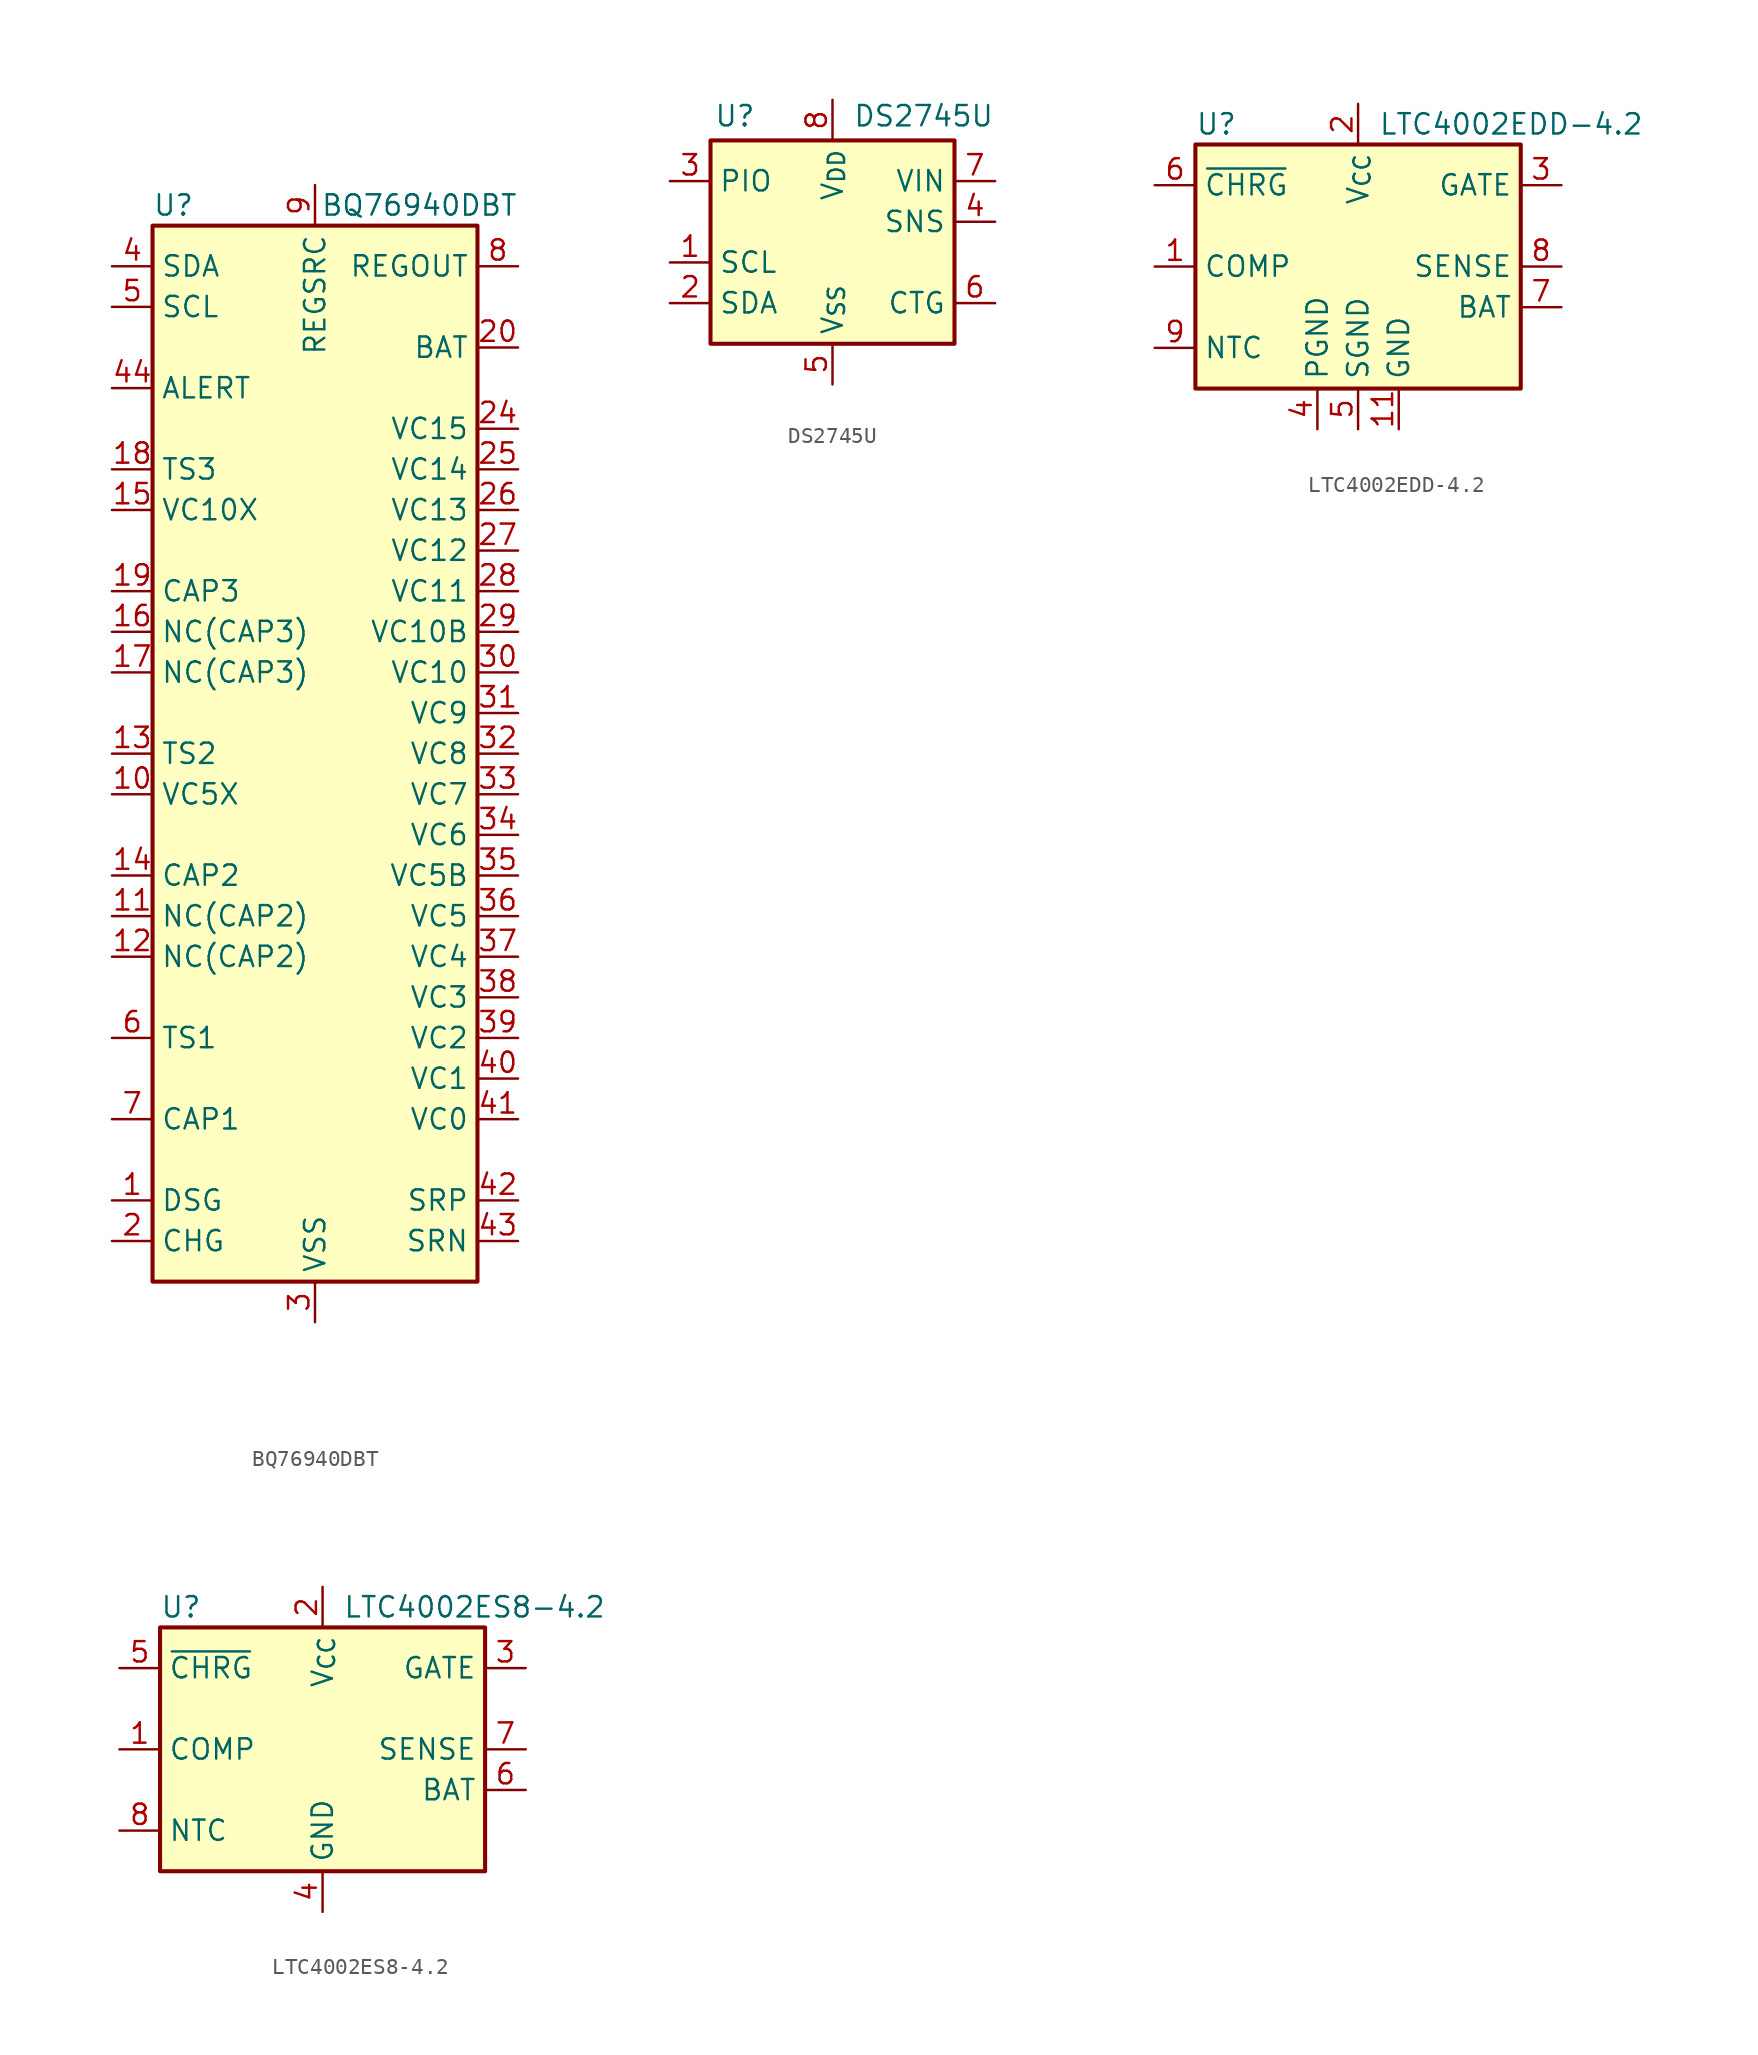
<source format=kicad_sym>
(kicad_symbol_lib
  (version 20220914)
  (generator kicad_symbol_editor)
  (symbol "BQ76940DBT"
    (property "Reference" "U"
      (at -10.16 34.29 0)
      (effects (font (size 1.27 1.27)) (justify left)))
    (property "Value" "BQ76940DBT"
      (at 12.7 34.29 0)
      (effects (font (size 1.27 1.27)) (justify right)))
    (symbol "BQ76940DBT_0_1"
      (rectangle (start -10.16 33.02) (end 10.16 -33.02) (stroke (width 0.254) (type default)) (fill (type background))))
    (symbol "BQ76940DBT_1_0"
      (pin passive line (at -12.7 -2.54 0) (length 2.54) (name "VC5X" (effects (font (size 1.27 1.27)))) (number "10" (effects (font (size 1.27 1.27)))))
      (pin passive line (at -12.7 -10.16 0) (length 2.54) (name "NC(CAP2)" (effects (font (size 1.27 1.27)))) (number "11" (effects (font (size 1.27 1.27)))))
      (pin passive line (at -12.7 -12.7 0) (length 2.54) (name "NC(CAP2)" (effects (font (size 1.27 1.27)))) (number "12" (effects (font (size 1.27 1.27)))))
      (pin passive line (at -12.7 0 0) (length 2.54) (name "TS2" (effects (font (size 1.27 1.27)))) (number "13" (effects (font (size 1.27 1.27)))))
      (pin passive line (at -12.7 -7.62 0) (length 2.54) (name "CAP2" (effects (font (size 1.27 1.27)))) (number "14" (effects (font (size 1.27 1.27)))))
      (pin passive line (at -12.7 15.24 0) (length 2.54) (name "VC10X" (effects (font (size 1.27 1.27)))) (number "15" (effects (font (size 1.27 1.27)))))
      (pin passive line (at -12.7 7.62 0) (length 2.54) (name "NC(CAP3)" (effects (font (size 1.27 1.27)))) (number "16" (effects (font (size 1.27 1.27)))))
      (pin passive line (at -12.7 5.08 0) (length 2.54) (name "NC(CAP3)" (effects (font (size 1.27 1.27)))) (number "17" (effects (font (size 1.27 1.27)))))
      (pin passive line (at -12.7 17.78 0) (length 2.54) (name "TS3" (effects (font (size 1.27 1.27)))) (number "18" (effects (font (size 1.27 1.27)))))
      (pin passive line (at -12.7 10.16 0) (length 2.54) (name "CAP3" (effects (font (size 1.27 1.27)))) (number "19" (effects (font (size 1.27 1.27)))))
      (pin input line (at 12.7 25.4 180) (length 2.54) (name "BAT" (effects (font (size 1.27 1.27)))) (number "20" (effects (font (size 1.27 1.27)))))
      (pin no_connect line (at -5.08 -33.02 90) (length 2.54) hide (name "NC" (effects (font (size 1.27 1.27)))) (number "21" (effects (font (size 1.27 1.27)))))
      (pin no_connect line (at -2.54 -33.02 90) (length 2.54) hide (name "NC" (effects (font (size 1.27 1.27)))) (number "22" (effects (font (size 1.27 1.27)))))
      (pin no_connect line (at 2.54 -33.02 90) (length 2.54) hide (name "NC" (effects (font (size 1.27 1.27)))) (number "23" (effects (font (size 1.27 1.27)))))
      (pin input line (at 12.7 20.32 180) (length 2.54) (name "VC15" (effects (font (size 1.27 1.27)))) (number "24" (effects (font (size 1.27 1.27)))))
      (pin input line (at 12.7 17.78 180) (length 2.54) (name "VC14" (effects (font (size 1.27 1.27)))) (number "25" (effects (font (size 1.27 1.27)))))
      (pin input line (at 12.7 15.24 180) (length 2.54) (name "VC13" (effects (font (size 1.27 1.27)))) (number "26" (effects (font (size 1.27 1.27)))))
      (pin input line (at 12.7 12.7 180) (length 2.54) (name "VC12" (effects (font (size 1.27 1.27)))) (number "27" (effects (font (size 1.27 1.27)))))
      (pin input line (at 12.7 10.16 180) (length 2.54) (name "VC11" (effects (font (size 1.27 1.27)))) (number "28" (effects (font (size 1.27 1.27)))))
      (pin input line (at 12.7 7.62 180) (length 2.54) (name "VC10B" (effects (font (size 1.27 1.27)))) (number "29" (effects (font (size 1.27 1.27)))))
      (pin input line (at 12.7 5.08 180) (length 2.54) (name "VC10" (effects (font (size 1.27 1.27)))) (number "30" (effects (font (size 1.27 1.27)))))
      (pin input line (at 12.7 2.54 180) (length 2.54) (name "VC9" (effects (font (size 1.27 1.27)))) (number "31" (effects (font (size 1.27 1.27)))))
      (pin input line (at 12.7 0 180) (length 2.54) (name "VC8" (effects (font (size 1.27 1.27)))) (number "32" (effects (font (size 1.27 1.27)))))
      (pin input line (at 12.7 -2.54 180) (length 2.54) (name "VC7" (effects (font (size 1.27 1.27)))) (number "33" (effects (font (size 1.27 1.27)))))
      (pin input line (at 12.7 -5.08 180) (length 2.54) (name "VC6" (effects (font (size 1.27 1.27)))) (number "34" (effects (font (size 1.27 1.27)))))
      (pin input line (at 12.7 -7.62 180) (length 2.54) (name "VC5B" (effects (font (size 1.27 1.27)))) (number "35" (effects (font (size 1.27 1.27)))))
      (pin input line (at 12.7 -10.16 180) (length 2.54) (name "VC5" (effects (font (size 1.27 1.27)))) (number "36" (effects (font (size 1.27 1.27)))))
      (pin input line (at 12.7 -12.7 180) (length 2.54) (name "VC4" (effects (font (size 1.27 1.27)))) (number "37" (effects (font (size 1.27 1.27)))))
      (pin input line (at 12.7 -15.24 180) (length 2.54) (name "VC3" (effects (font (size 1.27 1.27)))) (number "38" (effects (font (size 1.27 1.27)))))
      (pin input line (at 12.7 -17.78 180) (length 2.54) (name "VC2" (effects (font (size 1.27 1.27)))) (number "39" (effects (font (size 1.27 1.27)))))
      (pin input line (at 12.7 -20.32 180) (length 2.54) (name "VC1" (effects (font (size 1.27 1.27)))) (number "40" (effects (font (size 1.27 1.27)))))
      (pin input line (at 12.7 -22.86 180) (length 2.54) (name "VC0" (effects (font (size 1.27 1.27)))) (number "41" (effects (font (size 1.27 1.27)))))
      (pin input line (at 12.7 -27.94 180) (length 2.54) (name "SRP" (effects (font (size 1.27 1.27)))) (number "42" (effects (font (size 1.27 1.27)))))
      (pin input line (at 12.7 -30.48 180) (length 2.54) (name "SRN" (effects (font (size 1.27 1.27)))) (number "43" (effects (font (size 1.27 1.27)))))
      (pin bidirectional line (at -12.7 22.86 0) (length 2.54) (name "ALERT" (effects (font (size 1.27 1.27)))) (number "44" (effects (font (size 1.27 1.27)))))
      (pin passive line (at -12.7 -17.78 0) (length 2.54) (name "TS1" (effects (font (size 1.27 1.27)))) (number "6" (effects (font (size 1.27 1.27)))))
      (pin passive line (at -12.7 -22.86 0) (length 2.54) (name "CAP1" (effects (font (size 1.27 1.27)))) (number "7" (effects (font (size 1.27 1.27)))))
      (pin power_out line (at 12.7 30.48 180) (length 2.54) (name "REGOUT" (effects (font (size 1.27 1.27)))) (number "8" (effects (font (size 1.27 1.27)))))
      (pin power_in line (at 0 35.56 270) (length 2.54) (name "REGSRC" (effects (font (size 1.27 1.27)))) (number "9" (effects (font (size 1.27 1.27))))))
    (symbol "BQ76940DBT_1_1"
      (pin output line (at -12.7 -27.94 0) (length 2.54) (name "DSG" (effects (font (size 1.27 1.27)))) (number "1" (effects (font (size 1.27 1.27)))))
      (pin output line (at -12.7 -30.48 0) (length 2.54) (name "CHG" (effects (font (size 1.27 1.27)))) (number "2" (effects (font (size 1.27 1.27)))))
      (pin power_in line (at 0 -35.56 90) (length 2.54) (name "VSS" (effects (font (size 1.27 1.27)))) (number "3" (effects (font (size 1.27 1.27)))))
      (pin bidirectional line (at -12.7 30.48 0) (length 2.54) (name "SDA" (effects (font (size 1.27 1.27)))) (number "4" (effects (font (size 1.27 1.27)))))
      (pin input line (at -12.7 27.94 0) (length 2.54) (name "SCL" (effects (font (size 1.27 1.27)))) (number "5" (effects (font (size 1.27 1.27)))))))
  (symbol "DS2745U"
    (property "Reference" "U"
      (at -6.096 6.604 0)
      (effects (font (size 1.27 1.27))))
    (property "Value" "DS2745U"
      (at 1.27 6.604 0)
      (effects (font (size 1.27 1.27)) (justify left)))
    (symbol "DS2745U_0_1"
      (rectangle (start -7.62 5.08) (end 7.62 -7.62) (stroke (width 0.254) (type default)) (fill (type background))))
    (symbol "DS2745U_1_1"
      (pin input line (at -10.16 -2.54 0) (length 2.54) (name "SCL" (effects (font (size 1.27 1.27)))) (number "1" (effects (font (size 1.27 1.27)))))
      (pin bidirectional line (at -10.16 -5.08 0) (length 2.54) (name "SDA" (effects (font (size 1.27 1.27)))) (number "2" (effects (font (size 1.27 1.27)))))
      (pin open_collector line (at -10.16 2.54 0) (length 2.54) (name "PIO" (effects (font (size 1.27 1.27)))) (number "3" (effects (font (size 1.27 1.27)))))
      (pin input line (at 10.16 0 180) (length 2.54) (name "SNS" (effects (font (size 1.27 1.27)))) (number "4" (effects (font (size 1.27 1.27)))))
      (pin power_in line (at 0 -10.16 90) (length 2.54) (name "V_{SS}" (effects (font (size 1.27 1.27)))) (number "5" (effects (font (size 1.27 1.27)))))
      (pin input line (at 10.16 -5.08 180) (length 2.54) (name "CTG" (effects (font (size 1.27 1.27)))) (number "6" (effects (font (size 1.27 1.27)))))
      (pin input line (at 10.16 2.54 180) (length 2.54) (name "VIN" (effects (font (size 1.27 1.27)))) (number "7" (effects (font (size 1.27 1.27)))))
      (pin power_in line (at 0 7.62 270) (length 2.54) (name "V_{DD}" (effects (font (size 1.27 1.27)))) (number "8" (effects (font (size 1.27 1.27)))))))
  (symbol "LTC4002EDD-4.2"
    (property "Reference" "U"
      (at -10.16 8.89 0)
      (effects (font (size 1.27 1.27)) (justify left)))
    (property "Value" "LTC4002EDD-4.2"
      (at 1.27 8.89 0)
      (effects (font (size 1.27 1.27)) (justify left)))
    (symbol "LTC4002EDD-4.2_0_1"
      (rectangle (start 10.16 -7.62) (end -10.16 7.62) (stroke (width 0.254) (type default)) (fill (type background))))
    (symbol "LTC4002EDD-4.2_1_1"
      (pin input line (at -12.7 0 0) (length 2.54) (name "COMP" (effects (font (size 1.27 1.27)))) (number "1" (effects (font (size 1.27 1.27)))))
      (pin no_connect line (at 5.08 -7.62 90) (length 2.54) hide (name "NC" (effects (font (size 1.27 1.27)))) (number "10" (effects (font (size 1.27 1.27)))))
      (pin power_in line (at 2.54 -10.16 90) (length 2.54) (name "GND" (effects (font (size 1.27 1.27)))) (number "11" (effects (font (size 1.27 1.27)))))
      (pin power_in line (at 0 10.16 270) (length 2.54) (name "V_{CC}" (effects (font (size 1.27 1.27)))) (number "2" (effects (font (size 1.27 1.27)))))
      (pin output line (at 12.7 5.08 180) (length 2.54) (name "GATE" (effects (font (size 1.27 1.27)))) (number "3" (effects (font (size 1.27 1.27)))))
      (pin power_in line (at -2.54 -10.16 90) (length 2.54) (name "PGND" (effects (font (size 1.27 1.27)))) (number "4" (effects (font (size 1.27 1.27)))))
      (pin power_in line (at 0 -10.16 90) (length 2.54) (name "SGND" (effects (font (size 1.27 1.27)))) (number "5" (effects (font (size 1.27 1.27)))))
      (pin open_collector line (at -12.7 5.08 0) (length 2.54) (name "~{CHRG}" (effects (font (size 1.27 1.27)))) (number "6" (effects (font (size 1.27 1.27)))))
      (pin input line (at 12.7 -2.54 180) (length 2.54) (name "BAT" (effects (font (size 1.27 1.27)))) (number "7" (effects (font (size 1.27 1.27)))))
      (pin input line (at 12.7 0 180) (length 2.54) (name "SENSE" (effects (font (size 1.27 1.27)))) (number "8" (effects (font (size 1.27 1.27)))))
      (pin input line (at -12.7 -5.08 0) (length 2.54) (name "NTC" (effects (font (size 1.27 1.27)))) (number "9" (effects (font (size 1.27 1.27)))))))
  (symbol "LTC4002ES8-4.2"
    (property "Reference" "U"
      (at -10.16 8.89 0)
      (effects (font (size 1.27 1.27)) (justify left)))
    (property "Value" "LTC4002ES8-4.2"
      (at 1.27 8.89 0)
      (effects (font (size 1.27 1.27)) (justify left)))
    (symbol "LTC4002ES8-4.2_0_1"
      (rectangle (start 10.16 -7.62) (end -10.16 7.62) (stroke (width 0.254) (type default)) (fill (type background))))
    (symbol "LTC4002ES8-4.2_1_1"
      (pin input line (at -12.7 0 0) (length 2.54) (name "COMP" (effects (font (size 1.27 1.27)))) (number "1" (effects (font (size 1.27 1.27)))))
      (pin power_in line (at 0 10.16 270) (length 2.54) (name "V_{CC}" (effects (font (size 1.27 1.27)))) (number "2" (effects (font (size 1.27 1.27)))))
      (pin output line (at 12.7 5.08 180) (length 2.54) (name "GATE" (effects (font (size 1.27 1.27)))) (number "3" (effects (font (size 1.27 1.27)))))
      (pin power_in line (at 0 -10.16 90) (length 2.54) (name "GND" (effects (font (size 1.27 1.27)))) (number "4" (effects (font (size 1.27 1.27)))))
      (pin open_collector line (at -12.7 5.08 0) (length 2.54) (name "~{CHRG}" (effects (font (size 1.27 1.27)))) (number "5" (effects (font (size 1.27 1.27)))))
      (pin input line (at 12.7 -2.54 180) (length 2.54) (name "BAT" (effects (font (size 1.27 1.27)))) (number "6" (effects (font (size 1.27 1.27)))))
      (pin input line (at 12.7 0 180) (length 2.54) (name "SENSE" (effects (font (size 1.27 1.27)))) (number "7" (effects (font (size 1.27 1.27)))))
      (pin input line (at -12.7 -5.08 0) (length 2.54) (name "NTC" (effects (font (size 1.27 1.27)))) (number "8" (effects (font (size 1.27 1.27))))))))
</source>
